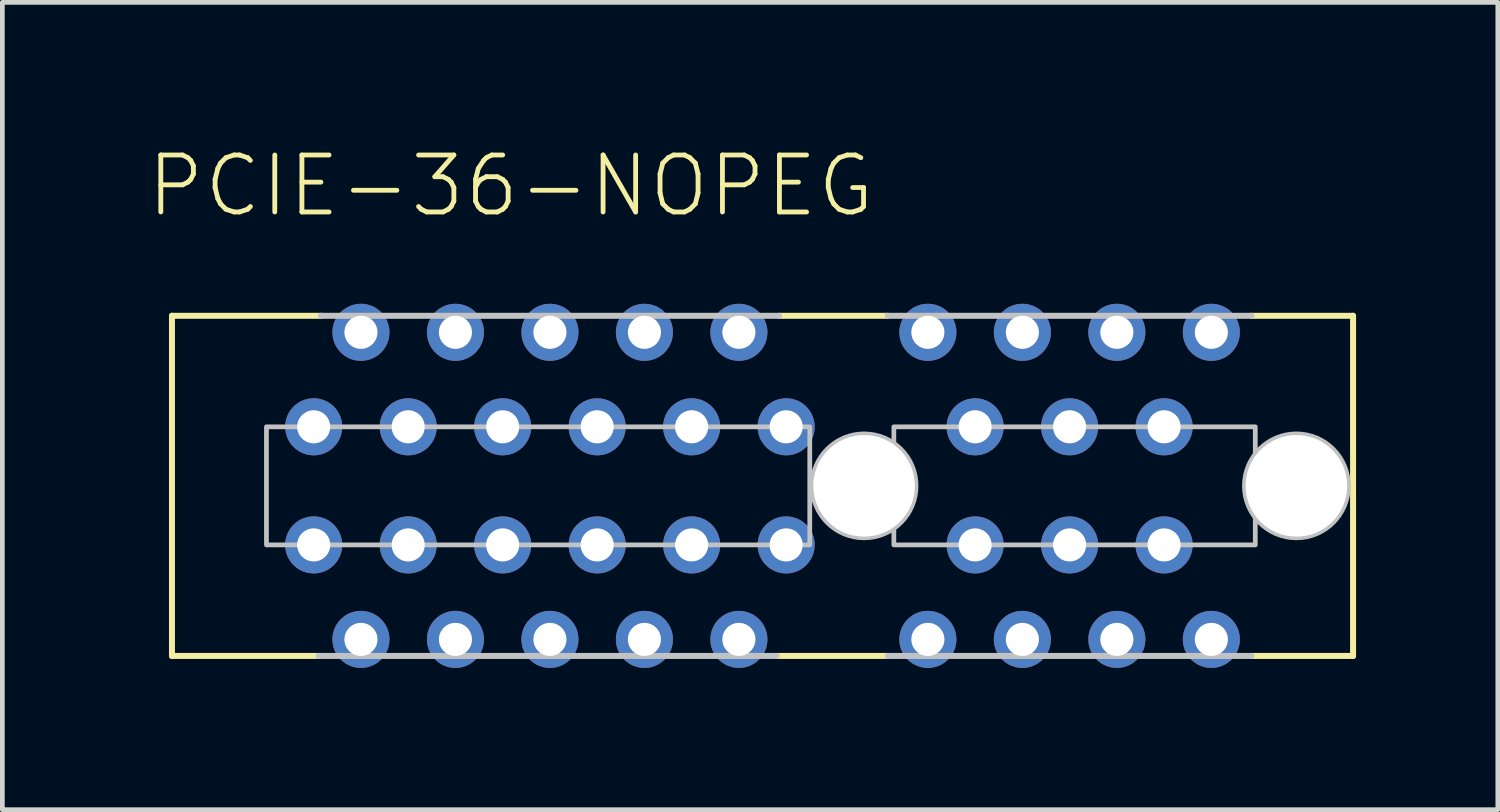
<source format=kicad_pcb>
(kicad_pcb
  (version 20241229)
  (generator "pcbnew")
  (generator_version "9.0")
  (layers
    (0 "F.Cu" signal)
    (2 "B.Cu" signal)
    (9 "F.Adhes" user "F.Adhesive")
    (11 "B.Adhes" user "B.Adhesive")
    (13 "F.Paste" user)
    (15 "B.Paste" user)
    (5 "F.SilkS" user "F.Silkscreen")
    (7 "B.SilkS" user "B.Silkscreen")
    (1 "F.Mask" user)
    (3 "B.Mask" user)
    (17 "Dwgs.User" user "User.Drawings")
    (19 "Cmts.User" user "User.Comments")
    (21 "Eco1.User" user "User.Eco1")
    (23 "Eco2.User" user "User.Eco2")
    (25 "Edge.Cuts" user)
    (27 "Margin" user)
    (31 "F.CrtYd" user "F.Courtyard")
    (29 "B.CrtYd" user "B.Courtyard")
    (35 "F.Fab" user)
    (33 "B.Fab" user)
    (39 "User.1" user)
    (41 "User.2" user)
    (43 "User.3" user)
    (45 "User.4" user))
  (footprint "PCIE-36-NOPEG"
    (layer "F.Cu")
    (at 15.24 7.234)
    (property "Reference" "PCIE-36-NOPEG" (at -15.24 -6.35 0) (layer "F.SilkS") (effects (font (size 1.206 1.206) (thickness 0.102)) (justify left)))
    (attr through_hole)
    (fp_line (start -14.65 -3.6) (end -11.5 -3.6) (stroke (width 0.127) (type solid)) (layer "F.SilkS"))
    (fp_line (start -14.65 3.6) (end -14.65 -3.6) (stroke (width 0.127) (type solid)) (layer "F.SilkS"))
    (fp_line (start -11.55 3.6) (end -14.65 3.6) (stroke (width 0.127) (type solid)) (layer "F.SilkS"))
    (fp_line (start -1.8 -3.6) (end 0.5 -3.6) (stroke (width 0.127) (type solid)) (layer "F.SilkS"))
    (fp_line (start 0.5 3.6) (end -1.85 3.6) (stroke (width 0.127) (type solid)) (layer "F.SilkS"))
    (fp_line (start 8.2 -3.6) (end 10.35 -3.6) (stroke (width 0.127) (type solid)) (layer "F.SilkS"))
    (fp_line (start 10.35 -3.6) (end 10.35 3.6) (stroke (width 0.127) (type solid)) (layer "F.SilkS"))
    (fp_line (start 10.35 3.6) (end 8.2 3.6) (stroke (width 0.127) (type solid)) (layer "F.SilkS"))
    (fp_line (start -11.5 -3.6) (end -1.8 -3.6) (stroke (width 0.127) (type solid)) (layer "Dwgs.User"))
    (fp_line (start -1.85 3.6) (end -11.55 3.6) (stroke (width 0.127) (type solid)) (layer "Dwgs.User"))
    (fp_line (start 0.5 -3.6) (end 8.2 -3.6) (stroke (width 0.127) (type solid)) (layer "Dwgs.User"))
    (fp_line (start 8.2 3.6) (end 0.5 3.6) (stroke (width 0.127) (type solid)) (layer "Dwgs.User"))
    (fp_circle (center 0 0) (end 1.075 0) (stroke (width 0.15) (type solid)) (fill no) (layer "Dwgs.User"))
    (fp_circle (center 9.15 0) (end 10.225 0) (stroke (width 0.15) (type solid)) (fill no) (layer "Dwgs.User"))
    (fp_poly (pts (xy -12.65 1.25) (xy -1.15 1.25) (xy -1.15 -1.25) (xy -12.65 -1.25)) (stroke (width 0.1) (type solid)) (fill no) (layer "Dwgs.User"))
    (fp_poly (pts (xy 0.63 1.25) (xy 8.28 1.25) (xy 8.28 -1.25) (xy 0.63 -1.25)) (stroke (width 0.1) (type solid)) (fill no) (layer "Dwgs.User"))
    (pad "" np_thru_hole circle (at 0 0) (size 2.15 2.15) (drill 2.15) (layers "*.Cu" "*.Mask"))
    (pad "" np_thru_hole circle (at 9.15 0) (size 2.15 2.15) (drill 2.15) (layers "*.Cu" "*.Mask"))
    (pad "A1" thru_hole circle (at -11.65 -1.25) (size 1.208 1.208) (drill 0.7) (layers "*.Cu" "*.Mask"))
    (pad "A2" thru_hole circle (at -10.65 -3.25) (size 1.208 1.208) (drill 0.7) (layers "*.Cu" "*.Mask"))
    (pad "A3" thru_hole circle (at -9.65 -1.25) (size 1.208 1.208) (drill 0.7) (layers "*.Cu" "*.Mask"))
    (pad "A4" thru_hole circle (at -8.65 -3.25) (size 1.208 1.208) (drill 0.7) (layers "*.Cu" "*.Mask"))
    (pad "A5" thru_hole circle (at -7.65 -1.25) (size 1.208 1.208) (drill 0.7) (layers "*.Cu" "*.Mask"))
    (pad "A6" thru_hole circle (at -6.65 -3.25) (size 1.208 1.208) (drill 0.7) (layers "*.Cu" "*.Mask"))
    (pad "A7" thru_hole circle (at -5.65 -1.25) (size 1.208 1.208) (drill 0.7) (layers "*.Cu" "*.Mask"))
    (pad "A8" thru_hole circle (at -4.65 -3.25) (size 1.208 1.208) (drill 0.7) (layers "*.Cu" "*.Mask"))
    (pad "A9" thru_hole circle (at -3.65 -1.25) (size 1.208 1.208) (drill 0.7) (layers "*.Cu" "*.Mask"))
    (pad "A10" thru_hole circle (at -2.65 -3.25) (size 1.208 1.208) (drill 0.7) (layers "*.Cu" "*.Mask"))
    (pad "A11" thru_hole circle (at -1.65 -1.25) (size 1.208 1.208) (drill 0.7) (layers "*.Cu" "*.Mask"))
    (pad "A12" thru_hole circle (at 1.35 -3.25) (size 1.208 1.208) (drill 0.7) (layers "*.Cu" "*.Mask"))
    (pad "A13" thru_hole circle (at 2.35 -1.25) (size 1.208 1.208) (drill 0.7) (layers "*.Cu" "*.Mask"))
    (pad "A14" thru_hole circle (at 3.35 -3.25) (size 1.208 1.208) (drill 0.7) (layers "*.Cu" "*.Mask"))
    (pad "A15" thru_hole circle (at 4.35 -1.25) (size 1.208 1.208) (drill 0.7) (layers "*.Cu" "*.Mask"))
    (pad "A16" thru_hole circle (at 5.35 -3.25) (size 1.208 1.208) (drill 0.7) (layers "*.Cu" "*.Mask"))
    (pad "A17" thru_hole circle (at 6.35 -1.25) (size 1.208 1.208) (drill 0.7) (layers "*.Cu" "*.Mask"))
    (pad "A18" thru_hole circle (at 7.35 -3.25) (size 1.208 1.208) (drill 0.7) (layers "*.Cu" "*.Mask"))
    (pad "B1" thru_hole circle (at -11.65 1.25 180) (size 1.208 1.208) (drill 0.7) (layers "*.Cu" "*.Mask"))
    (pad "B2" thru_hole circle (at -10.65 3.25 180) (size 1.208 1.208) (drill 0.7) (layers "*.Cu" "*.Mask"))
    (pad "B3" thru_hole circle (at -9.65 1.25 180) (size 1.208 1.208) (drill 0.7) (layers "*.Cu" "*.Mask"))
    (pad "B4" thru_hole circle (at -8.65 3.25 180) (size 1.208 1.208) (drill 0.7) (layers "*.Cu" "*.Mask"))
    (pad "B5" thru_hole circle (at -7.65 1.25 180) (size 1.208 1.208) (drill 0.7) (layers "*.Cu" "*.Mask"))
    (pad "B6" thru_hole circle (at -6.65 3.25 180) (size 1.208 1.208) (drill 0.7) (layers "*.Cu" "*.Mask"))
    (pad "B7" thru_hole circle (at -5.65 1.25 180) (size 1.208 1.208) (drill 0.7) (layers "*.Cu" "*.Mask"))
    (pad "B8" thru_hole circle (at -4.65 3.25 180) (size 1.208 1.208) (drill 0.7) (layers "*.Cu" "*.Mask"))
    (pad "B9" thru_hole circle (at -3.65 1.25 180) (size 1.208 1.208) (drill 0.7) (layers "*.Cu" "*.Mask"))
    (pad "B10" thru_hole circle (at -2.65 3.25 180) (size 1.208 1.208) (drill 0.7) (layers "*.Cu" "*.Mask"))
    (pad "B11" thru_hole circle (at -1.65 1.25 180) (size 1.208 1.208) (drill 0.7) (layers "*.Cu" "*.Mask"))
    (pad "B12" thru_hole circle (at 1.35 3.25 180) (size 1.208 1.208) (drill 0.7) (layers "*.Cu" "*.Mask"))
    (pad "B13" thru_hole circle (at 2.35 1.25 180) (size 1.208 1.208) (drill 0.7) (layers "*.Cu" "*.Mask"))
    (pad "B14" thru_hole circle (at 3.35 3.25 180) (size 1.208 1.208) (drill 0.7) (layers "*.Cu" "*.Mask"))
    (pad "B15" thru_hole circle (at 4.35 1.25 180) (size 1.208 1.208) (drill 0.7) (layers "*.Cu" "*.Mask"))
    (pad "B16" thru_hole circle (at 5.35 3.25 180) (size 1.208 1.208) (drill 0.7) (layers "*.Cu" "*.Mask"))
    (pad "B17" thru_hole circle (at 6.35 1.25 180) (size 1.208 1.208) (drill 0.7) (layers "*.Cu" "*.Mask"))
    (pad "B18" thru_hole circle (at 7.35 3.25 180) (size 1.208 1.208) (drill 0.7) (layers "*.Cu" "*.Mask")))
  (gr_rect
    (start -3 -3)
    (end 28.654 14.088)
    (stroke (width 0.1) (type default))
    (fill no)
    (layer "Edge.Cuts")))
</source>
